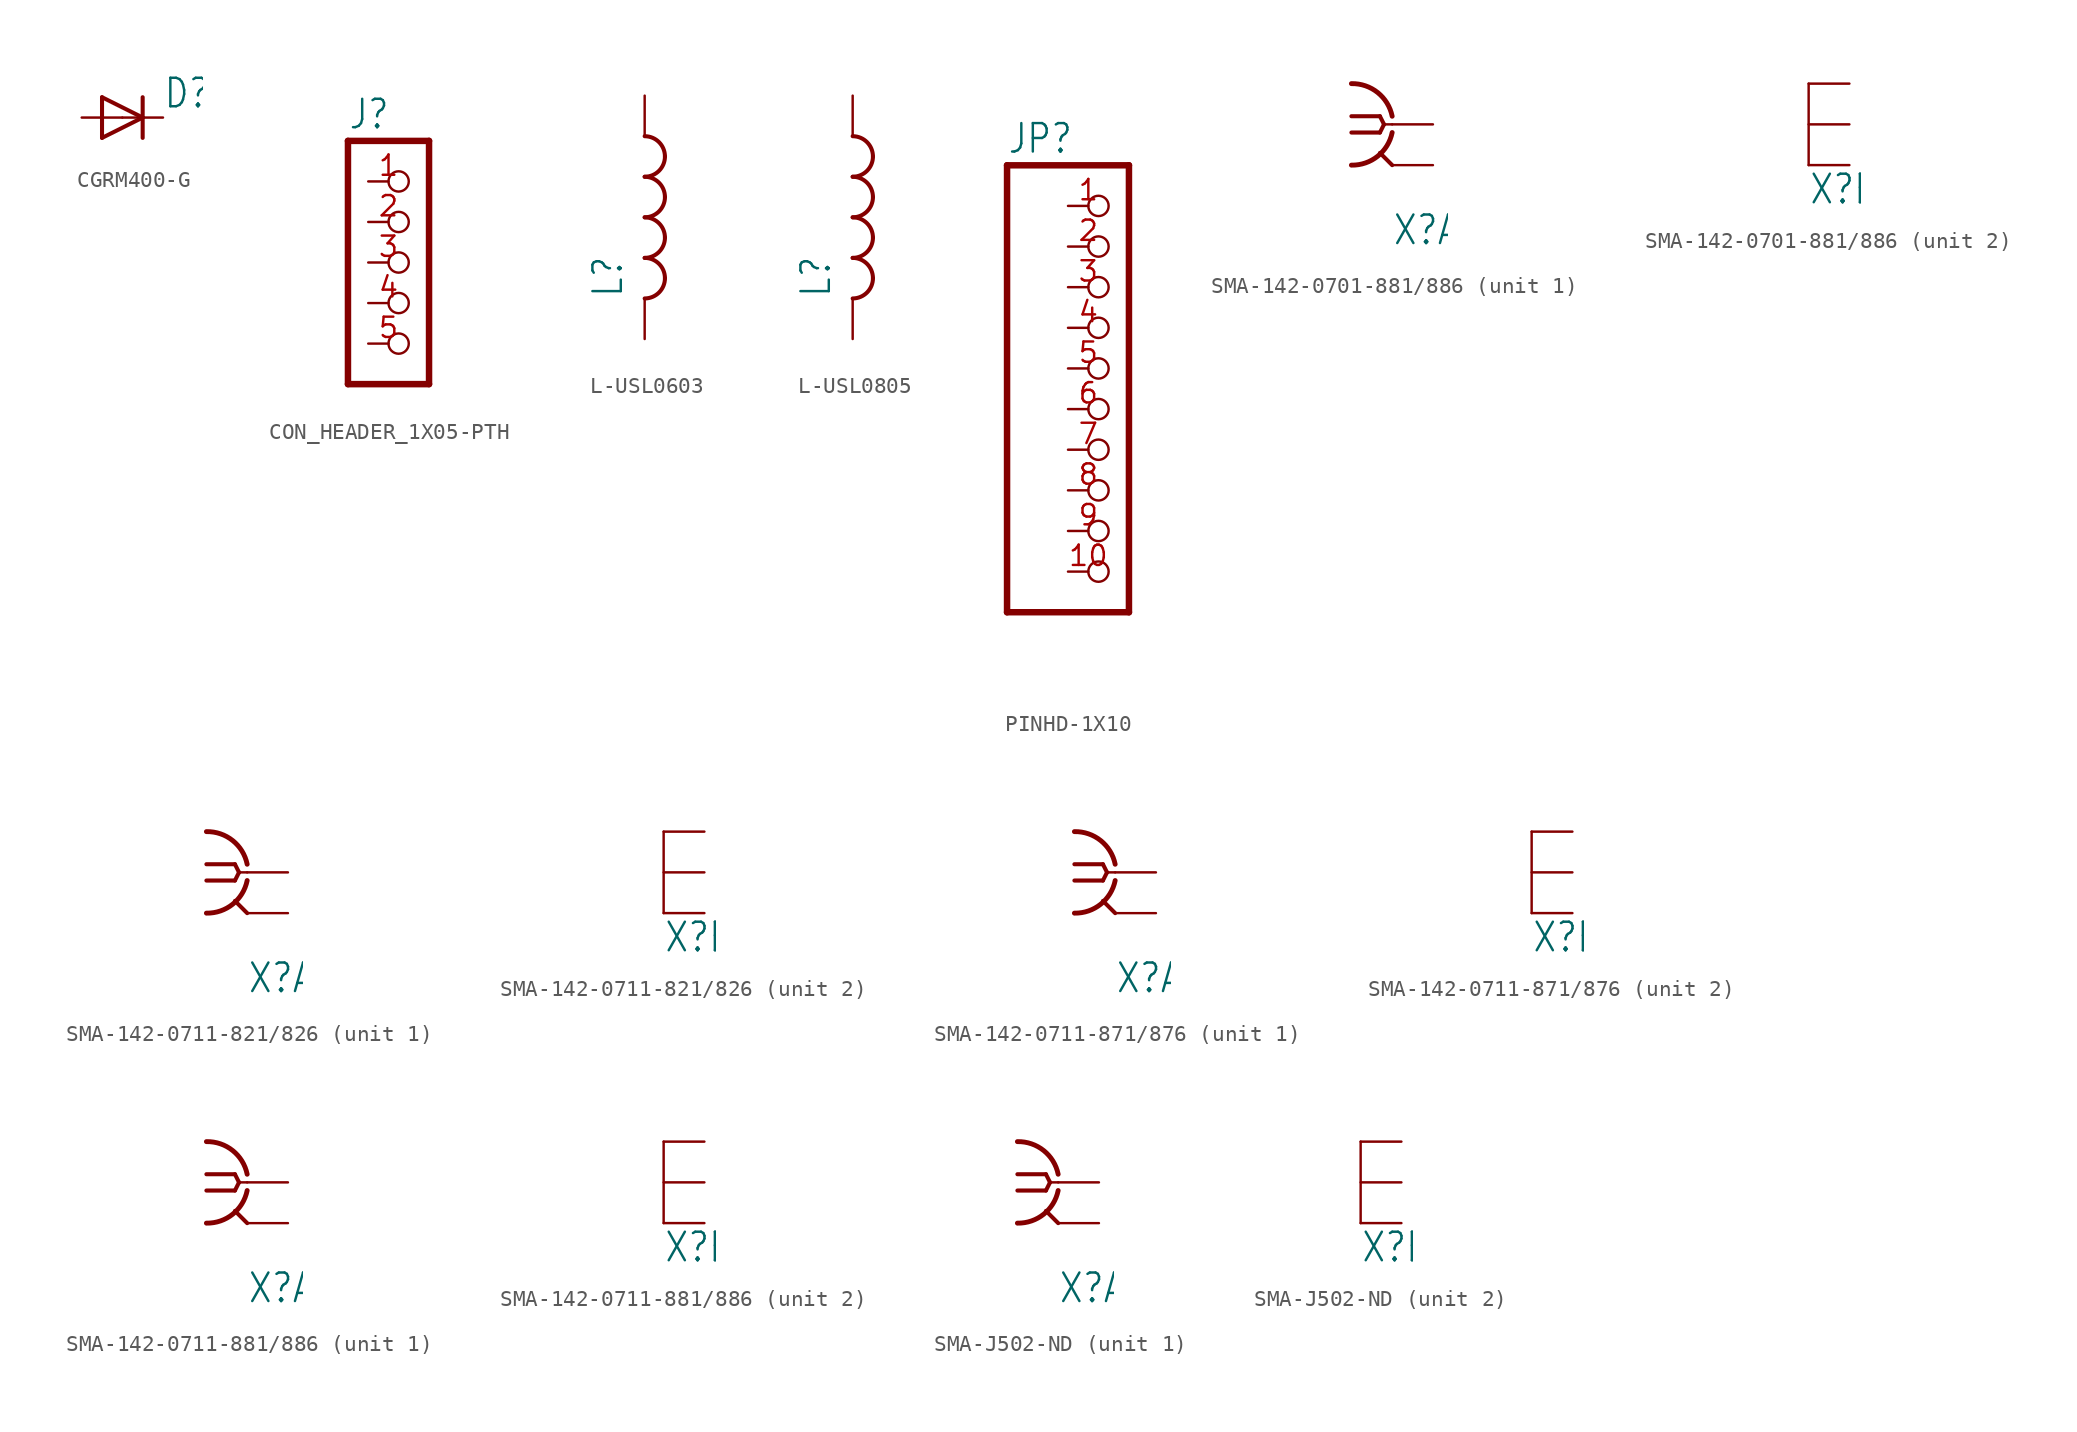
<source format=kicad_sym>
(kicad_symbol_lib
  (version 20220914)
  (generator kicad_symbol_editor)
  (symbol "CGRM400-G"
    (property "Reference" "D"
      (at 2.54 0.483 0)
      (effects (font (size 1.778 1.511)) (justify left bottom)))
    (property "Value" ""
      (at 2.54 -2.311 0)
      (effects (font (size 1.778 1.511)) (justify left bottom)))
    (property "ki_locked" ""
      (at 0 0 0)
      (effects (font (size 1.27 1.27))))
    (symbol "CGRM400-G_1_0"
      (polyline (pts (xy -1.27 -1.27) (xy 1.27 0)) (stroke (width 0.254) (type solid)) (fill (type none)))
      (polyline (pts (xy -1.27 1.27) (xy -1.27 -1.27)) (stroke (width 0.254) (type solid)) (fill (type none)))
      (polyline (pts (xy 1.27 0) (xy -1.27 1.27)) (stroke (width 0.254) (type solid)) (fill (type none)))
      (polyline (pts (xy 1.27 0) (xy 1.27 -1.27)) (stroke (width 0.254) (type solid)) (fill (type none)))
      (polyline (pts (xy 1.27 1.27) (xy 1.27 0)) (stroke (width 0.254) (type solid)) (fill (type none)))
      (pin passive line (at -2.54 0 0) (length 2.54) (name "A" (effects (font (size 0 0)))) (number "A" (effects (font (size 0 0)))))
      (pin passive line (at 2.54 0 180) (length 2.54) (name "C" (effects (font (size 0 0)))) (number "C" (effects (font (size 0 0)))))))
  (symbol "CON_HEADER_1X05-PTH"
    (property "Reference" "J"
      (at -1.27 8.255 0)
      (effects (font (size 1.778 1.511)) (justify left bottom)))
    (property "ki_locked" ""
      (at 0 0 0)
      (effects (font (size 1.27 1.27))))
    (symbol "CON_HEADER_1X05-PTH_1_0"
      (polyline (pts (xy -1.27 -7.62) (xy -1.27 7.62)) (stroke (width 0.406) (type solid)) (fill (type none)))
      (polyline (pts (xy -1.27 7.62) (xy 3.81 7.62)) (stroke (width 0.406) (type solid)) (fill (type none)))
      (polyline (pts (xy 3.81 -7.62) (xy -1.27 -7.62)) (stroke (width 0.406) (type solid)) (fill (type none)))
      (polyline (pts (xy 3.81 7.62) (xy 3.81 -7.62)) (stroke (width 0.406) (type solid)) (fill (type none)))
      (pin bidirectional inverted (at 0 5.08 0) (length 2.54) (name "1" (effects (font (size 0 0)))) (number "1" (effects (font (size 1.27 1.27)))))
      (pin bidirectional inverted (at 0 2.54 0) (length 2.54) (name "2" (effects (font (size 0 0)))) (number "2" (effects (font (size 1.27 1.27)))))
      (pin bidirectional inverted (at 0 0 0) (length 2.54) (name "3" (effects (font (size 0 0)))) (number "3" (effects (font (size 1.27 1.27)))))
      (pin bidirectional inverted (at 0 -2.54 0) (length 2.54) (name "4" (effects (font (size 0 0)))) (number "4" (effects (font (size 1.27 1.27)))))
      (pin bidirectional inverted (at 0 -5.08 0) (length 2.54) (name "5" (effects (font (size 0 0)))) (number "5" (effects (font (size 1.27 1.27)))))))
  (symbol "L-USL0603"
    (property "Reference" "L"
      (at -1.27 -5.08 90)
      (effects (font (size 1.778 1.511)) (justify left bottom)))
    (property "Value" ""
      (at 3.81 -5.08 90)
      (effects (font (size 1.778 1.511)) (justify left bottom)))
    (property "ki_locked" ""
      (at 0 0 0)
      (effects (font (size 1.27 1.27))))
    (symbol "L-USL0603_1_0"
      (arc (start 0 -5.08) (mid 0.898 -4.708) (end 1.27 -3.81) (stroke (width 0.254) (type solid)) (fill (type none)))
      (arc (start 0 -2.54) (mid 0.898 -2.168) (end 1.27 -1.27) (stroke (width 0.254) (type solid)) (fill (type none)))
      (arc (start 0 0) (mid 0.898 0.372) (end 1.27 1.27) (stroke (width 0.254) (type solid)) (fill (type none)))
      (arc (start 0 2.54) (mid 0.898 2.912) (end 1.27 3.81) (stroke (width 0.254) (type solid)) (fill (type none)))
      (arc (start 1.27 -3.81) (mid 0.898 -2.912) (end 0 -2.54) (stroke (width 0.254) (type solid)) (fill (type none)))
      (arc (start 1.27 -1.27) (mid 0.898 -0.372) (end 0 0) (stroke (width 0.254) (type solid)) (fill (type none)))
      (arc (start 1.27 1.27) (mid 0.898 2.168) (end 0 2.54) (stroke (width 0.254) (type solid)) (fill (type none)))
      (arc (start 1.27 3.81) (mid 0.898 4.708) (end 0 5.08) (stroke (width 0.254) (type solid)) (fill (type none)))
      (pin passive line (at 0 7.62 270) (length 2.54) (name "1" (effects (font (size 0 0)))) (number "1" (effects (font (size 0 0)))))
      (pin passive line (at 0 -7.62 90) (length 2.54) (name "2" (effects (font (size 0 0)))) (number "2" (effects (font (size 0 0)))))))
  (symbol "L-USL0805"
    (property "Reference" "L"
      (at -1.27 -5.08 90)
      (effects (font (size 1.778 1.511)) (justify left bottom)))
    (property "Value" ""
      (at 3.81 -5.08 90)
      (effects (font (size 1.778 1.511)) (justify left bottom)))
    (property "ki_locked" ""
      (at 0 0 0)
      (effects (font (size 1.27 1.27))))
    (symbol "L-USL0805_1_0"
      (arc (start 0 -5.08) (mid 0.898 -4.708) (end 1.27 -3.81) (stroke (width 0.254) (type solid)) (fill (type none)))
      (arc (start 0 -2.54) (mid 0.898 -2.168) (end 1.27 -1.27) (stroke (width 0.254) (type solid)) (fill (type none)))
      (arc (start 0 0) (mid 0.898 0.372) (end 1.27 1.27) (stroke (width 0.254) (type solid)) (fill (type none)))
      (arc (start 0 2.54) (mid 0.898 2.912) (end 1.27 3.81) (stroke (width 0.254) (type solid)) (fill (type none)))
      (arc (start 1.27 -3.81) (mid 0.898 -2.912) (end 0 -2.54) (stroke (width 0.254) (type solid)) (fill (type none)))
      (arc (start 1.27 -1.27) (mid 0.898 -0.372) (end 0 0) (stroke (width 0.254) (type solid)) (fill (type none)))
      (arc (start 1.27 1.27) (mid 0.898 2.168) (end 0 2.54) (stroke (width 0.254) (type solid)) (fill (type none)))
      (arc (start 1.27 3.81) (mid 0.898 4.708) (end 0 5.08) (stroke (width 0.254) (type solid)) (fill (type none)))
      (pin passive line (at 0 -7.62 90) (length 2.54) (name "2" (effects (font (size 0 0)))) (number "1" (effects (font (size 0 0)))))
      (pin passive line (at 0 7.62 270) (length 2.54) (name "1" (effects (font (size 0 0)))) (number "2" (effects (font (size 0 0)))))))
  (symbol "PINHD-1X10"
    (property "Reference" "JP"
      (at -6.35 13.335 0)
      (effects (font (size 1.778 1.511)) (justify left bottom)))
    (property "Value" ""
      (at -6.35 -17.78 0)
      (effects (font (size 1.778 1.511)) (justify left bottom)))
    (property "ki_locked" ""
      (at 0 0 0)
      (effects (font (size 1.27 1.27))))
    (symbol "PINHD-1X10_1_0"
      (polyline (pts (xy -6.35 -15.24) (xy 1.27 -15.24)) (stroke (width 0.406) (type solid)) (fill (type none)))
      (polyline (pts (xy -6.35 12.7) (xy -6.35 -15.24)) (stroke (width 0.406) (type solid)) (fill (type none)))
      (polyline (pts (xy 1.27 -15.24) (xy 1.27 12.7)) (stroke (width 0.406) (type solid)) (fill (type none)))
      (polyline (pts (xy 1.27 12.7) (xy -6.35 12.7)) (stroke (width 0.406) (type solid)) (fill (type none)))
      (pin passive inverted (at -2.54 10.16 0) (length 2.54) (name "1" (effects (font (size 0 0)))) (number "1" (effects (font (size 1.27 1.27)))))
      (pin passive inverted (at -2.54 -12.7 0) (length 2.54) (name "10" (effects (font (size 0 0)))) (number "10" (effects (font (size 1.27 1.27)))))
      (pin passive inverted (at -2.54 7.62 0) (length 2.54) (name "2" (effects (font (size 0 0)))) (number "2" (effects (font (size 1.27 1.27)))))
      (pin passive inverted (at -2.54 5.08 0) (length 2.54) (name "3" (effects (font (size 0 0)))) (number "3" (effects (font (size 1.27 1.27)))))
      (pin passive inverted (at -2.54 2.54 0) (length 2.54) (name "4" (effects (font (size 0 0)))) (number "4" (effects (font (size 1.27 1.27)))))
      (pin passive inverted (at -2.54 0 0) (length 2.54) (name "5" (effects (font (size 0 0)))) (number "5" (effects (font (size 1.27 1.27)))))
      (pin passive inverted (at -2.54 -2.54 0) (length 2.54) (name "6" (effects (font (size 0 0)))) (number "6" (effects (font (size 1.27 1.27)))))
      (pin passive inverted (at -2.54 -5.08 0) (length 2.54) (name "7" (effects (font (size 0 0)))) (number "7" (effects (font (size 1.27 1.27)))))
      (pin passive inverted (at -2.54 -7.62 0) (length 2.54) (name "8" (effects (font (size 0 0)))) (number "8" (effects (font (size 1.27 1.27)))))
      (pin passive inverted (at -2.54 -10.16 0) (length 2.54) (name "9" (effects (font (size 0 0)))) (number "9" (effects (font (size 1.27 1.27)))))))
  (symbol "SMA-142-0701-881/886"
    (property "Reference" "X"
      (at 0 -7.62 0)
      (effects (font (size 1.778 1.511)) (justify left bottom)))
    (property "ki_locked" ""
      (at 0 0 0)
      (effects (font (size 1.27 1.27))))
    (symbol "SMA-142-0701-881/886_1_0"
      (arc (start -2.54 -2.54) (mid -0.9022 -1.9838) (end 0 -0.508) (stroke (width 0.3048) (type solid)) (fill (type none)))
      (polyline (pts (xy -2.54 0.508) (xy -0.762 0.508)) (stroke (width 0.254) (type solid)) (fill (type none)))
      (polyline (pts (xy -0.762 -0.508) (xy -2.54 -0.508)) (stroke (width 0.254) (type solid)) (fill (type none)))
      (polyline (pts (xy -0.762 0.508) (xy -0.508 0)) (stroke (width 0.254) (type solid)) (fill (type none)))
      (polyline (pts (xy -0.508 0) (xy -0.762 -0.508)) (stroke (width 0.254) (type solid)) (fill (type none)))
      (polyline (pts (xy 0 -2.54) (xy -0.762 -1.778)) (stroke (width 0.254) (type solid)) (fill (type none)))
      (polyline (pts (xy 0 0) (xy -0.508 0)) (stroke (width 0.152) (type solid)) (fill (type none)))
      (arc (start 0 0.508) (mid -0.9022 1.9838) (end -2.54 2.54) (stroke (width 0.3048) (type solid)) (fill (type none)))
      (pin passive line (at 2.54 0 180) (length 2.54) (name "1" (effects (font (size 0 0)))) (number "1" (effects (font (size 0 0)))))
      (pin power_in line (at 2.54 -2.54 180) (length 2.54) (name "GND" (effects (font (size 0 0)))) (number "G@1" (effects (font (size 0 0))))))
    (symbol "SMA-142-0701-881/886_2_0"
      (polyline (pts (xy 0 0) (xy 0 -5.08)) (stroke (width 0.152) (type solid)) (fill (type none)))
      (pin power_in line (at 2.54 0 180) (length 2.54) (name "GND@1" (effects (font (size 0 0)))) (number "G@2" (effects (font (size 0 0)))))
      (pin power_in line (at 2.54 -2.54 180) (length 2.54) (name "GND@2" (effects (font (size 0 0)))) (number "G@3" (effects (font (size 0 0)))))
      (pin power_in line (at 2.54 -5.08 180) (length 2.54) (name "GND@3" (effects (font (size 0 0)))) (number "G@4" (effects (font (size 0 0)))))))
  (symbol "SMA-142-0711-821/826"
    (property "Reference" "X"
      (at 0 -7.62 0)
      (effects (font (size 1.778 1.511)) (justify left bottom)))
    (property "ki_locked" ""
      (at 0 0 0)
      (effects (font (size 1.27 1.27))))
    (symbol "SMA-142-0711-821/826_1_0"
      (arc (start -2.54 -2.54) (mid -0.9022 -1.9838) (end 0 -0.508) (stroke (width 0.3048) (type solid)) (fill (type none)))
      (polyline (pts (xy -2.54 0.508) (xy -0.762 0.508)) (stroke (width 0.254) (type solid)) (fill (type none)))
      (polyline (pts (xy -0.762 -0.508) (xy -2.54 -0.508)) (stroke (width 0.254) (type solid)) (fill (type none)))
      (polyline (pts (xy -0.762 0.508) (xy -0.508 0)) (stroke (width 0.254) (type solid)) (fill (type none)))
      (polyline (pts (xy -0.508 0) (xy -0.762 -0.508)) (stroke (width 0.254) (type solid)) (fill (type none)))
      (polyline (pts (xy 0 -2.54) (xy -0.762 -1.778)) (stroke (width 0.254) (type solid)) (fill (type none)))
      (polyline (pts (xy 0 0) (xy -0.508 0)) (stroke (width 0.152) (type solid)) (fill (type none)))
      (arc (start 0 0.508) (mid -0.9022 1.9838) (end -2.54 2.54) (stroke (width 0.3048) (type solid)) (fill (type none)))
      (pin passive line (at 2.54 0 180) (length 2.54) (name "1" (effects (font (size 0 0)))) (number "1" (effects (font (size 0 0)))))
      (pin power_in line (at 2.54 -2.54 180) (length 2.54) (name "GND" (effects (font (size 0 0)))) (number "G@1" (effects (font (size 0 0))))))
    (symbol "SMA-142-0711-821/826_2_0"
      (polyline (pts (xy 0 0) (xy 0 -5.08)) (stroke (width 0.152) (type solid)) (fill (type none)))
      (pin power_in line (at 2.54 0 180) (length 2.54) (name "GND@1" (effects (font (size 0 0)))) (number "G@2" (effects (font (size 0 0)))))
      (pin power_in line (at 2.54 -2.54 180) (length 2.54) (name "GND@2" (effects (font (size 0 0)))) (number "G@3" (effects (font (size 0 0)))))
      (pin power_in line (at 2.54 -5.08 180) (length 2.54) (name "GND@3" (effects (font (size 0 0)))) (number "G@4" (effects (font (size 0 0)))))))
  (symbol "SMA-142-0711-871/876"
    (property "Reference" "X"
      (at 0 -7.62 0)
      (effects (font (size 1.778 1.511)) (justify left bottom)))
    (property "ki_locked" ""
      (at 0 0 0)
      (effects (font (size 1.27 1.27))))
    (symbol "SMA-142-0711-871/876_1_0"
      (arc (start -2.54 -2.54) (mid -0.9022 -1.9838) (end 0 -0.508) (stroke (width 0.3048) (type solid)) (fill (type none)))
      (polyline (pts (xy -2.54 0.508) (xy -0.762 0.508)) (stroke (width 0.254) (type solid)) (fill (type none)))
      (polyline (pts (xy -0.762 -0.508) (xy -2.54 -0.508)) (stroke (width 0.254) (type solid)) (fill (type none)))
      (polyline (pts (xy -0.762 0.508) (xy -0.508 0)) (stroke (width 0.254) (type solid)) (fill (type none)))
      (polyline (pts (xy -0.508 0) (xy -0.762 -0.508)) (stroke (width 0.254) (type solid)) (fill (type none)))
      (polyline (pts (xy 0 -2.54) (xy -0.762 -1.778)) (stroke (width 0.254) (type solid)) (fill (type none)))
      (polyline (pts (xy 0 0) (xy -0.508 0)) (stroke (width 0.152) (type solid)) (fill (type none)))
      (arc (start 0 0.508) (mid -0.9022 1.9838) (end -2.54 2.54) (stroke (width 0.3048) (type solid)) (fill (type none)))
      (pin passive line (at 2.54 0 180) (length 2.54) (name "1" (effects (font (size 0 0)))) (number "1" (effects (font (size 0 0)))))
      (pin power_in line (at 2.54 -2.54 180) (length 2.54) (name "GND" (effects (font (size 0 0)))) (number "G@1" (effects (font (size 0 0))))))
    (symbol "SMA-142-0711-871/876_2_0"
      (polyline (pts (xy 0 0) (xy 0 -5.08)) (stroke (width 0.152) (type solid)) (fill (type none)))
      (pin power_in line (at 2.54 0 180) (length 2.54) (name "GND@1" (effects (font (size 0 0)))) (number "G@2" (effects (font (size 0 0)))))
      (pin power_in line (at 2.54 -2.54 180) (length 2.54) (name "GND@2" (effects (font (size 0 0)))) (number "G@3" (effects (font (size 0 0)))))
      (pin power_in line (at 2.54 -5.08 180) (length 2.54) (name "GND@3" (effects (font (size 0 0)))) (number "G@4" (effects (font (size 0 0)))))))
  (symbol "SMA-142-0711-881/886"
    (property "Reference" "X"
      (at 0 -7.62 0)
      (effects (font (size 1.778 1.511)) (justify left bottom)))
    (property "ki_locked" ""
      (at 0 0 0)
      (effects (font (size 1.27 1.27))))
    (symbol "SMA-142-0711-881/886_1_0"
      (arc (start -2.54 -2.54) (mid -0.9022 -1.9838) (end 0 -0.508) (stroke (width 0.3048) (type solid)) (fill (type none)))
      (polyline (pts (xy -2.54 0.508) (xy -0.762 0.508)) (stroke (width 0.254) (type solid)) (fill (type none)))
      (polyline (pts (xy -0.762 -0.508) (xy -2.54 -0.508)) (stroke (width 0.254) (type solid)) (fill (type none)))
      (polyline (pts (xy -0.762 0.508) (xy -0.508 0)) (stroke (width 0.254) (type solid)) (fill (type none)))
      (polyline (pts (xy -0.508 0) (xy -0.762 -0.508)) (stroke (width 0.254) (type solid)) (fill (type none)))
      (polyline (pts (xy 0 -2.54) (xy -0.762 -1.778)) (stroke (width 0.254) (type solid)) (fill (type none)))
      (polyline (pts (xy 0 0) (xy -0.508 0)) (stroke (width 0.152) (type solid)) (fill (type none)))
      (arc (start 0 0.508) (mid -0.9022 1.9838) (end -2.54 2.54) (stroke (width 0.3048) (type solid)) (fill (type none)))
      (pin passive line (at 2.54 0 180) (length 2.54) (name "1" (effects (font (size 0 0)))) (number "1" (effects (font (size 0 0)))))
      (pin power_in line (at 2.54 -2.54 180) (length 2.54) (name "GND" (effects (font (size 0 0)))) (number "G@1" (effects (font (size 0 0))))))
    (symbol "SMA-142-0711-881/886_2_0"
      (polyline (pts (xy 0 0) (xy 0 -5.08)) (stroke (width 0.152) (type solid)) (fill (type none)))
      (pin power_in line (at 2.54 0 180) (length 2.54) (name "GND@1" (effects (font (size 0 0)))) (number "G@2" (effects (font (size 0 0)))))
      (pin power_in line (at 2.54 -2.54 180) (length 2.54) (name "GND@2" (effects (font (size 0 0)))) (number "G@3" (effects (font (size 0 0)))))
      (pin power_in line (at 2.54 -5.08 180) (length 2.54) (name "GND@3" (effects (font (size 0 0)))) (number "G@4" (effects (font (size 0 0)))))))
  (symbol "SMA-J502-ND"
    (property "Reference" "X"
      (at 0 -7.62 0)
      (effects (font (size 1.778 1.511)) (justify left bottom)))
    (property "ki_locked" ""
      (at 0 0 0)
      (effects (font (size 1.27 1.27))))
    (symbol "SMA-J502-ND_1_0"
      (arc (start -2.54 -2.54) (mid -0.9022 -1.9838) (end 0 -0.508) (stroke (width 0.3048) (type solid)) (fill (type none)))
      (polyline (pts (xy -2.54 0.508) (xy -0.762 0.508)) (stroke (width 0.254) (type solid)) (fill (type none)))
      (polyline (pts (xy -0.762 -0.508) (xy -2.54 -0.508)) (stroke (width 0.254) (type solid)) (fill (type none)))
      (polyline (pts (xy -0.762 0.508) (xy -0.508 0)) (stroke (width 0.254) (type solid)) (fill (type none)))
      (polyline (pts (xy -0.508 0) (xy -0.762 -0.508)) (stroke (width 0.254) (type solid)) (fill (type none)))
      (polyline (pts (xy 0 -2.54) (xy -0.762 -1.778)) (stroke (width 0.254) (type solid)) (fill (type none)))
      (polyline (pts (xy 0 0) (xy -0.508 0)) (stroke (width 0.152) (type solid)) (fill (type none)))
      (arc (start 0 0.508) (mid -0.9022 1.9838) (end -2.54 2.54) (stroke (width 0.3048) (type solid)) (fill (type none)))
      (pin passive line (at 2.54 0 180) (length 2.54) (name "1" (effects (font (size 0 0)))) (number "1" (effects (font (size 0 0)))))
      (pin power_in line (at 2.54 -2.54 180) (length 2.54) (name "GND" (effects (font (size 0 0)))) (number "2" (effects (font (size 0 0))))))
    (symbol "SMA-J502-ND_2_0"
      (polyline (pts (xy 0 0) (xy 0 -5.08)) (stroke (width 0.152) (type solid)) (fill (type none)))
      (pin power_in line (at 2.54 0 180) (length 2.54) (name "GND@1" (effects (font (size 0 0)))) (number "3" (effects (font (size 0 0)))))
      (pin power_in line (at 2.54 -2.54 180) (length 2.54) (name "GND@2" (effects (font (size 0 0)))) (number "4" (effects (font (size 0 0)))))
      (pin power_in line (at 2.54 -5.08 180) (length 2.54) (name "GND@3" (effects (font (size 0 0)))) (number "5" (effects (font (size 0 0))))))))
</source>
